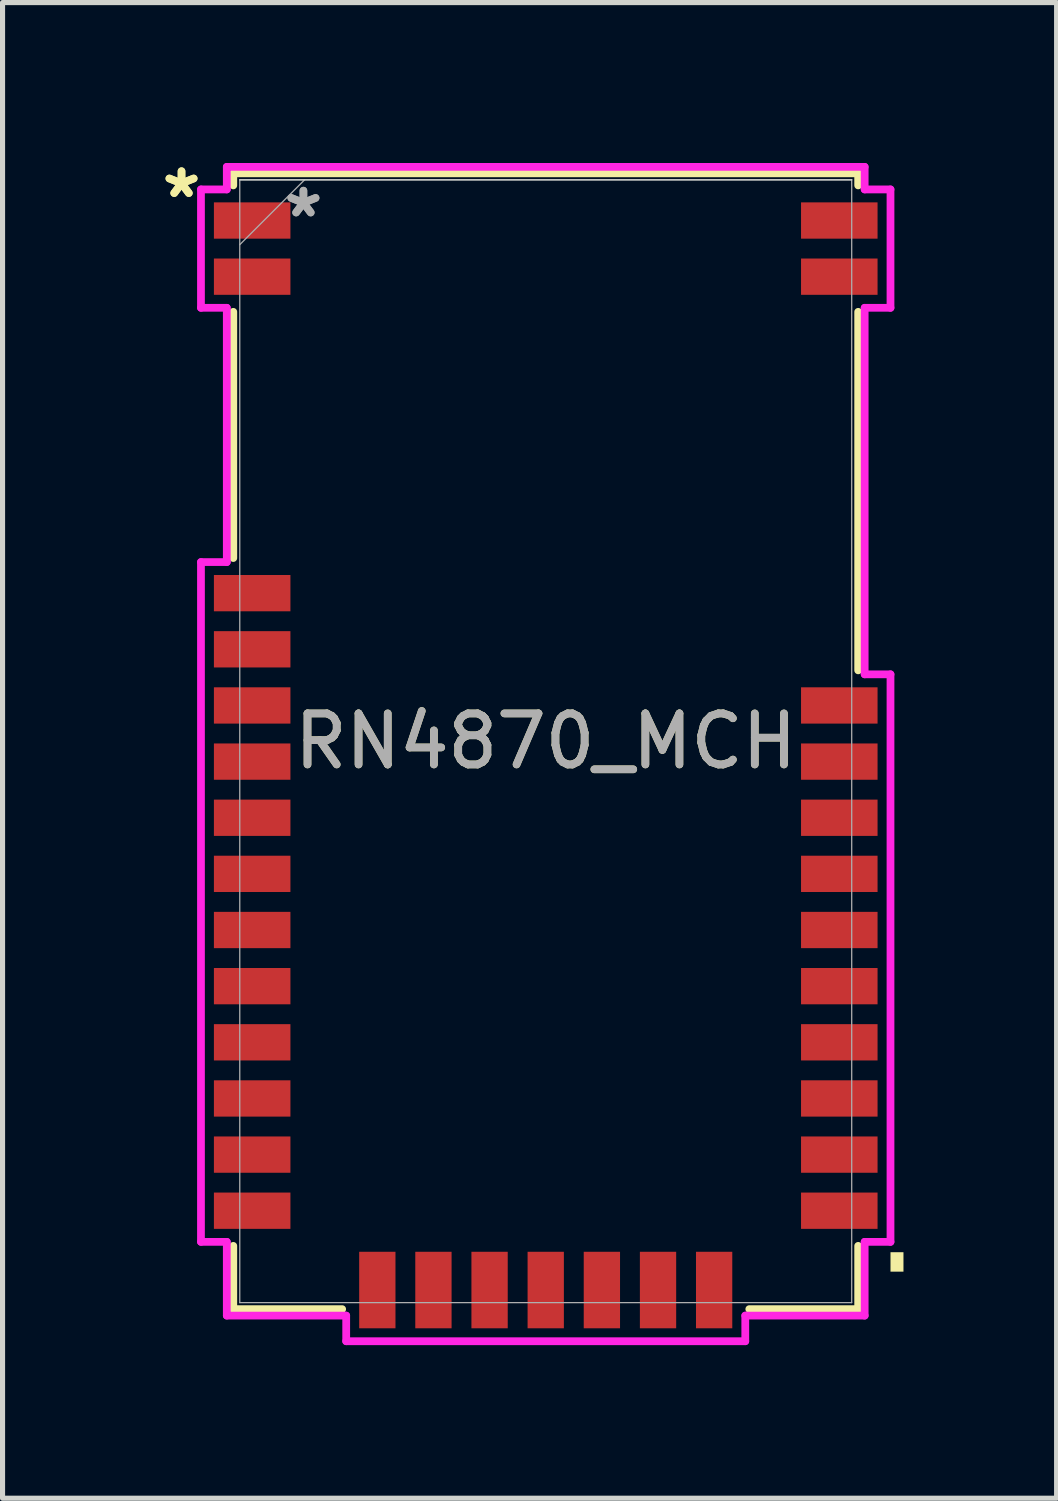
<source format=kicad_pcb>
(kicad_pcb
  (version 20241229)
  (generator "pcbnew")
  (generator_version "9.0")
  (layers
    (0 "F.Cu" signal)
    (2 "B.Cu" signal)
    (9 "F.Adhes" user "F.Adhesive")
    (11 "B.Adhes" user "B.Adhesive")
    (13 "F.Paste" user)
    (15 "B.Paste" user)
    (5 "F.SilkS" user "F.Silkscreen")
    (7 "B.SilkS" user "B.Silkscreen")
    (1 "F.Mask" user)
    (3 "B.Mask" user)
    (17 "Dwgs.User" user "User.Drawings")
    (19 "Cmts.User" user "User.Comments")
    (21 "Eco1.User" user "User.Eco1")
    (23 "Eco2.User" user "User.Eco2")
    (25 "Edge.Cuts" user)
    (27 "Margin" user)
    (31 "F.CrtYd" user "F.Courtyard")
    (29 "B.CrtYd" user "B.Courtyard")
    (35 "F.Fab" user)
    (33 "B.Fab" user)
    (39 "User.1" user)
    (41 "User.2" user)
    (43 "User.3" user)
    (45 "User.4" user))
  (footprint "RN4870_MCH"
    (layer "F.Cu")
    (at 7.641 11.471)
    (property "Reference" "RN4870_MCH" (at 0 0 0) (unlocked yes) (layer "F.SilkS") (effects (font (size 1 1) (thickness 0.15))))
    (attr smd)
    (fp_line (start -6.121 -11.125) (end -6.121 -10.889) (stroke (width 0.152) (type solid)) (layer "F.SilkS"))
    (fp_line (start -6.121 -8.412) (end -6.121 -3.589) (stroke (width 0.152) (type solid)) (layer "F.SilkS"))
    (fp_line (start -6.121 9.886) (end -6.121 11.125) (stroke (width 0.152) (type solid)) (layer "F.SilkS"))
    (fp_line (start -6.121 11.125) (end -3.988 11.125) (stroke (width 0.152) (type solid)) (layer "F.SilkS"))
    (fp_line (start 3.988 11.125) (end 6.121 11.125) (stroke (width 0.152) (type solid)) (layer "F.SilkS"))
    (fp_line (start 6.121 -11.125) (end -6.121 -11.125) (stroke (width 0.152) (type solid)) (layer "F.SilkS"))
    (fp_line (start 6.121 -10.889) (end 6.121 -11.125) (stroke (width 0.152) (type solid)) (layer "F.SilkS"))
    (fp_line (start 6.121 -1.389) (end 6.121 -8.412) (stroke (width 0.152) (type solid)) (layer "F.SilkS"))
    (fp_line (start 6.121 11.125) (end 6.121 9.886) (stroke (width 0.152) (type solid)) (layer "F.SilkS"))
    (fp_poly (pts (xy 7.008 10.01) (xy 7.008 10.391) (xy 6.754 10.391) (xy 6.754 10.01)) (stroke (width 0) (type solid)) (fill yes) (layer "F.SilkS"))
    (fp_poly (pts (xy -3.495 -0.003) (xy -1.844 -0.003) (xy -1.844 -1.603) (xy -3.495 -1.603)) (stroke (width 0.1) (type solid)) (fill no) (layer "Eco2.User"))
    (fp_poly (pts (xy 0.907 -0.704) (xy 2.507 -0.704) (xy 2.507 -2.202) (xy 0.907 -2.202)) (stroke (width 0.1) (type solid)) (fill no) (layer "Eco2.User"))
    (fp_poly (pts (xy 3.607 6.896) (xy 5.004 6.896) (xy 5.004 5.499) (xy 3.607 5.499)) (stroke (width 0.1) (type solid)) (fill no) (layer "Eco2.User"))
    (fp_poly (pts (xy 5.999 -7.003) (xy 2.012 -7.003) (xy 2.012 -3.802) (xy 5.999 -3.802)) (stroke (width 0.1) (type solid)) (fill no) (layer "Eco2.User"))
    (fp_line (start -5.994 -10.998) (end 5.994 -10.998) (stroke (width 0.025) (type solid)) (layer "Edge.Cuts"))
    (fp_line (start -6.754 -10.81) (end -6.754 -8.491) (stroke (width 0.152) (type solid)) (layer "F.CrtYd"))
    (fp_line (start -6.754 -8.491) (end -6.248 -8.491) (stroke (width 0.152) (type solid)) (layer "F.CrtYd"))
    (fp_line (start -6.754 -3.51) (end -6.754 9.807) (stroke (width 0.152) (type solid)) (layer "F.CrtYd"))
    (fp_line (start -6.754 9.807) (end -6.248 9.807) (stroke (width 0.152) (type solid)) (layer "F.CrtYd"))
    (fp_line (start -6.248 -11.252) (end -6.248 -10.81) (stroke (width 0.152) (type solid)) (layer "F.CrtYd"))
    (fp_line (start -6.248 -10.81) (end -6.754 -10.81) (stroke (width 0.152) (type solid)) (layer "F.CrtYd"))
    (fp_line (start -6.248 -8.491) (end -6.248 -3.51) (stroke (width 0.152) (type solid)) (layer "F.CrtYd"))
    (fp_line (start -6.248 -3.51) (end -6.754 -3.51) (stroke (width 0.152) (type solid)) (layer "F.CrtYd"))
    (fp_line (start -6.248 9.807) (end -6.248 11.252) (stroke (width 0.152) (type solid)) (layer "F.CrtYd"))
    (fp_line (start -6.248 11.252) (end -3.909 11.252) (stroke (width 0.152) (type solid)) (layer "F.CrtYd"))
    (fp_line (start -3.909 11.252) (end -3.909 11.754) (stroke (width 0.152) (type solid)) (layer "F.CrtYd"))
    (fp_line (start -3.909 11.754) (end 3.909 11.754) (stroke (width 0.152) (type solid)) (layer "F.CrtYd"))
    (fp_line (start 3.909 11.252) (end 6.248 11.252) (stroke (width 0.152) (type solid)) (layer "F.CrtYd"))
    (fp_line (start 3.909 11.754) (end 3.909 11.252) (stroke (width 0.152) (type solid)) (layer "F.CrtYd"))
    (fp_line (start 6.248 -11.252) (end -6.248 -11.252) (stroke (width 0.152) (type solid)) (layer "F.CrtYd"))
    (fp_line (start 6.248 -10.81) (end 6.248 -11.252) (stroke (width 0.152) (type solid)) (layer "F.CrtYd"))
    (fp_line (start 6.248 -8.491) (end 6.754 -8.491) (stroke (width 0.152) (type solid)) (layer "F.CrtYd"))
    (fp_line (start 6.248 -1.311) (end 6.248 -8.491) (stroke (width 0.152) (type solid)) (layer "F.CrtYd"))
    (fp_line (start 6.248 9.807) (end 6.754 9.807) (stroke (width 0.152) (type solid)) (layer "F.CrtYd"))
    (fp_line (start 6.248 11.252) (end 6.248 9.807) (stroke (width 0.152) (type solid)) (layer "F.CrtYd"))
    (fp_line (start 6.754 -10.81) (end 6.248 -10.81) (stroke (width 0.152) (type solid)) (layer "F.CrtYd"))
    (fp_line (start 6.754 -8.491) (end 6.754 -10.81) (stroke (width 0.152) (type solid)) (layer "F.CrtYd"))
    (fp_line (start 6.754 -1.311) (end 6.248 -1.311) (stroke (width 0.152) (type solid)) (layer "F.CrtYd"))
    (fp_line (start 6.754 9.807) (end 6.754 -1.311) (stroke (width 0.152) (type solid)) (layer "F.CrtYd"))
    (fp_line (start -5.994 -10.998) (end -5.994 10.998) (stroke (width 0.025) (type solid)) (layer "F.Fab"))
    (fp_line (start -5.994 -9.728) (end -4.724 -10.998) (stroke (width 0.025) (type solid)) (layer "F.Fab"))
    (fp_line (start -5.994 10.998) (end 5.994 10.998) (stroke (width 0.025) (type solid)) (layer "F.Fab"))
    (fp_line (start 5.994 -10.998) (end -5.994 -10.998) (stroke (width 0.025) (type solid)) (layer "F.Fab"))
    (fp_line (start 5.994 10.998) (end 5.994 -10.998) (stroke (width 0.025) (type solid)) (layer "F.Fab"))
    (fp_text user "*" (at -7.135 -10.622 0) (unlocked yes) (layer "F.SilkS") (effects (font (size 1 1) (thickness 0.15))))
    (fp_text user "*" (at -7.135 -10.622 0) (layer "F.SilkS") (effects (font (size 1 1) (thickness 0.15))))
    (fp_text user "${REFERENCE}" (at 0 0 0) (unlocked yes) (layer "F.Fab") (effects (font (size 1 1) (thickness 0.15))))
    (fp_text user "*" (at -4.747 -10.241 0) (unlocked yes) (layer "F.Fab") (effects (font (size 1 1) (thickness 0.15))))
    (fp_text user "*" (at -4.747 -10.241 0) (layer "F.Fab") (effects (font (size 1 1) (thickness 0.15))))
    (pad "1" smd rect (at -5.751 -10.201 90) (size 0.711 1.499) (layers "F.Cu" "F.Mask" "F.Paste"))
    (pad "2" smd rect (at -5.751 -9.101 90) (size 0.711 1.499) (layers "F.Cu" "F.Mask" "F.Paste"))
    (pad "3" smd rect (at -5.751 -2.901 90) (size 0.711 1.499) (layers "F.Cu" "F.Mask" "F.Paste"))
    (pad "4" smd rect (at -5.751 -1.801 90) (size 0.711 1.499) (layers "F.Cu" "F.Mask" "F.Paste"))
    (pad "5" smd rect (at -5.751 -0.701 90) (size 0.711 1.499) (layers "F.Cu" "F.Mask" "F.Paste"))
    (pad "6" smd rect (at -5.751 0.399 90) (size 0.711 1.499) (layers "F.Cu" "F.Mask" "F.Paste"))
    (pad "7" smd rect (at -5.751 1.499 90) (size 0.711 1.499) (layers "F.Cu" "F.Mask" "F.Paste"))
    (pad "8" smd rect (at -5.751 2.598 90) (size 0.711 1.499) (layers "F.Cu" "F.Mask" "F.Paste"))
    (pad "9" smd rect (at -5.751 3.698 90) (size 0.711 1.499) (layers "F.Cu" "F.Mask" "F.Paste"))
    (pad "10" smd rect (at -5.751 4.798 90) (size 0.711 1.499) (layers "F.Cu" "F.Mask" "F.Paste"))
    (pad "11" smd rect (at -5.751 5.898 90) (size 0.711 1.499) (layers "F.Cu" "F.Mask" "F.Paste"))
    (pad "12" smd rect (at -5.751 6.998 90) (size 0.711 1.499) (layers "F.Cu" "F.Mask" "F.Paste"))
    (pad "13" smd rect (at -5.751 8.098 90) (size 0.711 1.499) (layers "F.Cu" "F.Mask" "F.Paste"))
    (pad "14" smd rect (at -5.751 9.197 90) (size 0.711 1.499) (layers "F.Cu" "F.Mask" "F.Paste"))
    (pad "15" smd rect (at -3.299 10.751) (size 0.711 1.499) (layers "F.Cu" "F.Mask" "F.Paste"))
    (pad "16" smd rect (at -2.2 10.751) (size 0.711 1.499) (layers "F.Cu" "F.Mask" "F.Paste"))
    (pad "17" smd rect (at -1.1 10.751) (size 0.711 1.499) (layers "F.Cu" "F.Mask" "F.Paste"))
    (pad "18" smd rect (at 0 10.751) (size 0.711 1.499) (layers "F.Cu" "F.Mask" "F.Paste"))
    (pad "19" smd rect (at 1.1 10.751) (size 0.711 1.499) (layers "F.Cu" "F.Mask" "F.Paste"))
    (pad "20" smd rect (at 2.2 10.751) (size 0.711 1.499) (layers "F.Cu" "F.Mask" "F.Paste"))
    (pad "21" smd rect (at 3.299 10.751) (size 0.711 1.499) (layers "F.Cu" "F.Mask" "F.Paste"))
    (pad "22" smd rect (at 5.751 9.197 90) (size 0.711 1.499) (layers "F.Cu" "F.Mask" "F.Paste"))
    (pad "23" smd rect (at 5.751 8.098 90) (size 0.711 1.499) (layers "F.Cu" "F.Mask" "F.Paste"))
    (pad "24" smd rect (at 5.751 6.998 90) (size 0.711 1.499) (layers "F.Cu" "F.Mask" "F.Paste"))
    (pad "25" smd rect (at 5.751 5.898 90) (size 0.711 1.499) (layers "F.Cu" "F.Mask" "F.Paste"))
    (pad "26" smd rect (at 5.751 4.798 90) (size 0.711 1.499) (layers "F.Cu" "F.Mask" "F.Paste"))
    (pad "27" smd rect (at 5.751 3.698 90) (size 0.711 1.499) (layers "F.Cu" "F.Mask" "F.Paste"))
    (pad "28" smd rect (at 5.751 2.598 90) (size 0.711 1.499) (layers "F.Cu" "F.Mask" "F.Paste"))
    (pad "29" smd rect (at 5.751 1.499 90) (size 0.711 1.499) (layers "F.Cu" "F.Mask" "F.Paste"))
    (pad "30" smd rect (at 5.751 0.399 90) (size 0.711 1.499) (layers "F.Cu" "F.Mask" "F.Paste"))
    (pad "31" smd rect (at 5.751 -0.701 90) (size 0.711 1.499) (layers "F.Cu" "F.Mask" "F.Paste"))
    (pad "32" smd rect (at 5.751 -9.101 90) (size 0.711 1.499) (layers "F.Cu" "F.Mask" "F.Paste"))
    (pad "33" smd rect (at 5.751 -10.201 90) (size 0.711 1.499) (layers "F.Cu" "F.Mask" "F.Paste")))
  (gr_rect
    (start -3 -3)
    (end 17.649 26.301)
    (stroke (width 0.1) (type default))
    (fill no)
    (layer "Edge.Cuts")))
</source>
